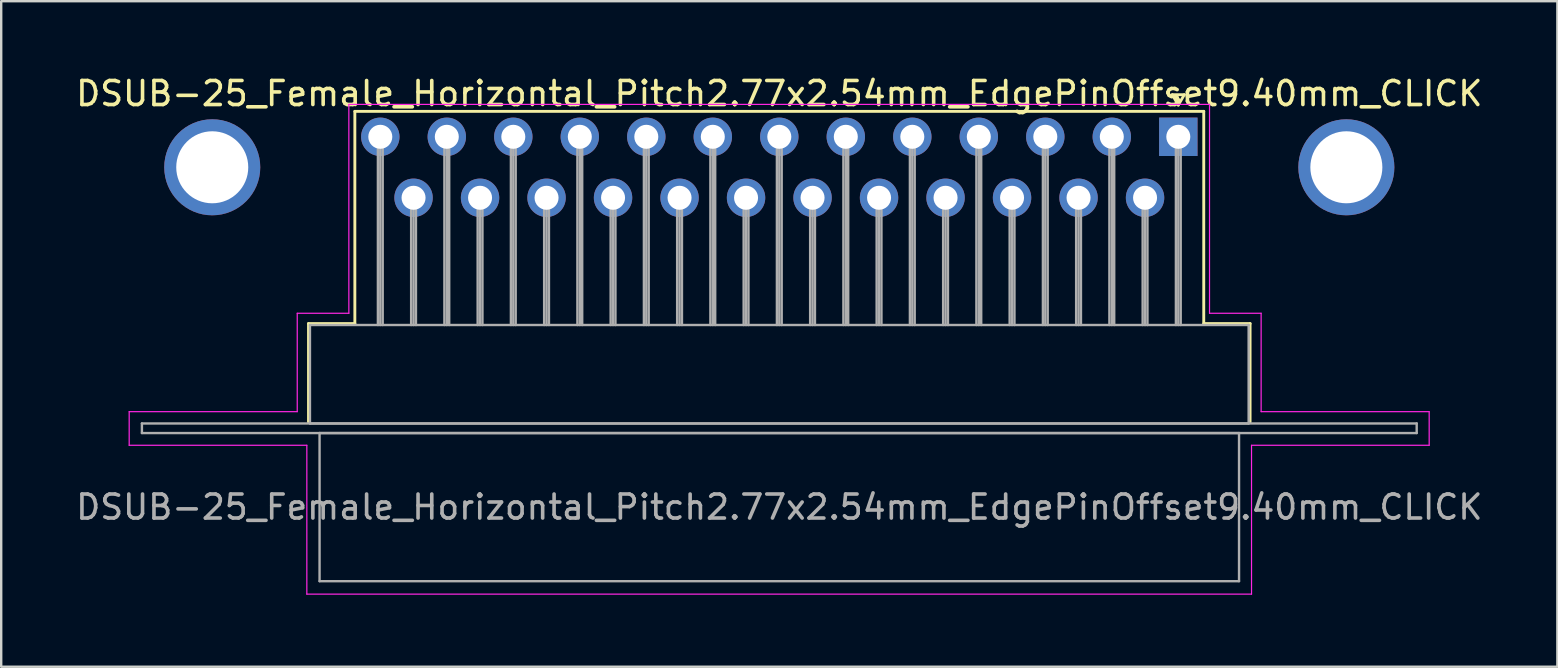
<source format=kicad_pcb>
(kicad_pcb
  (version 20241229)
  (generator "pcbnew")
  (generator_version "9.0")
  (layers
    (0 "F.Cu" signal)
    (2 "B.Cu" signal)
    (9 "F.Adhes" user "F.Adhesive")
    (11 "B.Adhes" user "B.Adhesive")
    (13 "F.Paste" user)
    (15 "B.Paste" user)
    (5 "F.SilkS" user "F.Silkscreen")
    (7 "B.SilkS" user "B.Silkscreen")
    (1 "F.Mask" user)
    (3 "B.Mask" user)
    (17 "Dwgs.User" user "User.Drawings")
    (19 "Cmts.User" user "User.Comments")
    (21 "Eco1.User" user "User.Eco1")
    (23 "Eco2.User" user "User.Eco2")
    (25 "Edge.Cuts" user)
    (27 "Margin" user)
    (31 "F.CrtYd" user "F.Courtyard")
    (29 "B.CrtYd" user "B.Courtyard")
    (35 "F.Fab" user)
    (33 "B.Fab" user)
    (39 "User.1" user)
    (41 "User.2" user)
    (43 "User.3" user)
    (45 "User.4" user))
  (footprint "DSUB-25_Female_Horizontal_Pitch2.77x2.54mm_EdgePinOffset9.40mm_CLICK"
    (layer "F.Cu")
    (at 46.031 2.648)
    (property "Reference" "DSUB-25_Female_Horizontal_Pitch2.77x2.54mm_EdgePinOffset9.40mm_CLICK" (at -16.62 -1.8 0) (layer "F.SilkS") (effects (font (size 1 1) (thickness 0.15))))
    (attr through_hole)
    (fp_line (start -36.23 7.78) (end -34.3 7.78) (stroke (width 0.12) (type solid)) (layer "F.SilkS"))
    (fp_line (start -36.23 11.88) (end -36.23 7.78) (stroke (width 0.12) (type solid)) (layer "F.SilkS"))
    (fp_line (start -34.3 -1.06) (end 1.06 -1.06) (stroke (width 0.12) (type solid)) (layer "F.SilkS"))
    (fp_line (start -34.3 7.78) (end -34.3 -1.06) (stroke (width 0.12) (type solid)) (layer "F.SilkS"))
    (fp_line (start -0.25 -1.754) (end 0.25 -1.754) (stroke (width 0.12) (type solid)) (layer "F.SilkS"))
    (fp_line (start 0 -1.321) (end -0.25 -1.754) (stroke (width 0.12) (type solid)) (layer "F.SilkS"))
    (fp_line (start 0.25 -1.754) (end 0 -1.321) (stroke (width 0.12) (type solid)) (layer "F.SilkS"))
    (fp_line (start 1.06 -1.06) (end 1.06 7.78) (stroke (width 0.12) (type solid)) (layer "F.SilkS"))
    (fp_line (start 1.06 7.78) (end 2.99 7.78) (stroke (width 0.12) (type solid)) (layer "F.SilkS"))
    (fp_line (start 2.99 7.78) (end 2.99 11.88) (stroke (width 0.12) (type solid)) (layer "F.SilkS"))
    (fp_line (start -43.7 11.45) (end -36.7 11.45) (stroke (width 0.05) (type solid)) (layer "F.CrtYd"))
    (fp_line (start -43.7 12.85) (end -43.7 11.45) (stroke (width 0.05) (type solid)) (layer "F.CrtYd"))
    (fp_line (start -36.7 7.35) (end -34.55 7.35) (stroke (width 0.05) (type solid)) (layer "F.CrtYd"))
    (fp_line (start -36.7 11.45) (end -36.7 7.35) (stroke (width 0.05) (type solid)) (layer "F.CrtYd"))
    (fp_line (start -36.3 12.85) (end -43.7 12.85) (stroke (width 0.05) (type solid)) (layer "F.CrtYd"))
    (fp_line (start -36.3 19.05) (end -36.3 12.85) (stroke (width 0.05) (type solid)) (layer "F.CrtYd"))
    (fp_line (start -34.55 -1.35) (end 1.3 -1.35) (stroke (width 0.05) (type solid)) (layer "F.CrtYd"))
    (fp_line (start -34.55 7.35) (end -34.55 -1.35) (stroke (width 0.05) (type solid)) (layer "F.CrtYd"))
    (fp_line (start 1.3 -1.35) (end 1.3 7.35) (stroke (width 0.05) (type solid)) (layer "F.CrtYd"))
    (fp_line (start 1.3 7.35) (end 3.45 7.35) (stroke (width 0.05) (type solid)) (layer "F.CrtYd"))
    (fp_line (start 3.05 12.85) (end 3.05 19.05) (stroke (width 0.05) (type solid)) (layer "F.CrtYd"))
    (fp_line (start 3.05 19.05) (end -36.3 19.05) (stroke (width 0.05) (type solid)) (layer "F.CrtYd"))
    (fp_line (start 3.45 7.35) (end 3.45 11.45) (stroke (width 0.05) (type solid)) (layer "F.CrtYd"))
    (fp_line (start 3.45 11.45) (end 10.45 11.45) (stroke (width 0.05) (type solid)) (layer "F.CrtYd"))
    (fp_line (start 10.45 11.45) (end 10.45 12.85) (stroke (width 0.05) (type solid)) (layer "F.CrtYd"))
    (fp_line (start 10.45 12.85) (end 3.05 12.85) (stroke (width 0.05) (type solid)) (layer "F.CrtYd"))
    (fp_line (start -43.17 11.94) (end -43.17 12.34) (stroke (width 0.1) (type solid)) (layer "F.Fab"))
    (fp_line (start -43.17 12.34) (end 9.93 12.34) (stroke (width 0.1) (type solid)) (layer "F.Fab"))
    (fp_line (start -36.17 7.84) (end -36.17 11.94) (stroke (width 0.1) (type solid)) (layer "F.Fab"))
    (fp_line (start -36.17 11.94) (end 2.93 11.94) (stroke (width 0.1) (type solid)) (layer "F.Fab"))
    (fp_line (start -35.77 12.34) (end -35.77 18.51) (stroke (width 0.1) (type solid)) (layer "F.Fab"))
    (fp_line (start -35.77 18.51) (end 2.53 18.51) (stroke (width 0.1) (type solid)) (layer "F.Fab"))
    (fp_line (start -33.34 0) (end -33.34 7.84) (stroke (width 0.1) (type solid)) (layer "F.Fab"))
    (fp_line (start -33.24 0) (end -33.24 7.84) (stroke (width 0.1) (type solid)) (layer "F.Fab"))
    (fp_line (start -33.14 0) (end -33.14 7.84) (stroke (width 0.1) (type solid)) (layer "F.Fab"))
    (fp_line (start -31.955 2.54) (end -31.955 7.84) (stroke (width 0.1) (type solid)) (layer "F.Fab"))
    (fp_line (start -31.855 2.54) (end -31.855 7.84) (stroke (width 0.1) (type solid)) (layer "F.Fab"))
    (fp_line (start -31.755 2.54) (end -31.755 7.84) (stroke (width 0.1) (type solid)) (layer "F.Fab"))
    (fp_line (start -30.57 0) (end -30.57 7.84) (stroke (width 0.1) (type solid)) (layer "F.Fab"))
    (fp_line (start -30.47 0) (end -30.47 7.84) (stroke (width 0.1) (type solid)) (layer "F.Fab"))
    (fp_line (start -30.37 0) (end -30.37 7.84) (stroke (width 0.1) (type solid)) (layer "F.Fab"))
    (fp_line (start -29.185 2.54) (end -29.185 7.84) (stroke (width 0.1) (type solid)) (layer "F.Fab"))
    (fp_line (start -29.085 2.54) (end -29.085 7.84) (stroke (width 0.1) (type solid)) (layer "F.Fab"))
    (fp_line (start -28.985 2.54) (end -28.985 7.84) (stroke (width 0.1) (type solid)) (layer "F.Fab"))
    (fp_line (start -27.8 0) (end -27.8 7.84) (stroke (width 0.1) (type solid)) (layer "F.Fab"))
    (fp_line (start -27.7 0) (end -27.7 7.84) (stroke (width 0.1) (type solid)) (layer "F.Fab"))
    (fp_line (start -27.6 0) (end -27.6 7.84) (stroke (width 0.1) (type solid)) (layer "F.Fab"))
    (fp_line (start -26.415 2.54) (end -26.415 7.84) (stroke (width 0.1) (type solid)) (layer "F.Fab"))
    (fp_line (start -26.315 2.54) (end -26.315 7.84) (stroke (width 0.1) (type solid)) (layer "F.Fab"))
    (fp_line (start -26.215 2.54) (end -26.215 7.84) (stroke (width 0.1) (type solid)) (layer "F.Fab"))
    (fp_line (start -25.03 0) (end -25.03 7.84) (stroke (width 0.1) (type solid)) (layer "F.Fab"))
    (fp_line (start -24.93 0) (end -24.93 7.84) (stroke (width 0.1) (type solid)) (layer "F.Fab"))
    (fp_line (start -24.83 0) (end -24.83 7.84) (stroke (width 0.1) (type solid)) (layer "F.Fab"))
    (fp_line (start -23.645 2.54) (end -23.645 7.84) (stroke (width 0.1) (type solid)) (layer "F.Fab"))
    (fp_line (start -23.545 2.54) (end -23.545 7.84) (stroke (width 0.1) (type solid)) (layer "F.Fab"))
    (fp_line (start -23.445 2.54) (end -23.445 7.84) (stroke (width 0.1) (type solid)) (layer "F.Fab"))
    (fp_line (start -22.26 0) (end -22.26 7.84) (stroke (width 0.1) (type solid)) (layer "F.Fab"))
    (fp_line (start -22.16 0) (end -22.16 7.84) (stroke (width 0.1) (type solid)) (layer "F.Fab"))
    (fp_line (start -22.06 0) (end -22.06 7.84) (stroke (width 0.1) (type solid)) (layer "F.Fab"))
    (fp_line (start -20.875 2.54) (end -20.875 7.84) (stroke (width 0.1) (type solid)) (layer "F.Fab"))
    (fp_line (start -20.775 2.54) (end -20.775 7.84) (stroke (width 0.1) (type solid)) (layer "F.Fab"))
    (fp_line (start -20.675 2.54) (end -20.675 7.84) (stroke (width 0.1) (type solid)) (layer "F.Fab"))
    (fp_line (start -19.49 0) (end -19.49 7.84) (stroke (width 0.1) (type solid)) (layer "F.Fab"))
    (fp_line (start -19.39 0) (end -19.39 7.84) (stroke (width 0.1) (type solid)) (layer "F.Fab"))
    (fp_line (start -19.29 0) (end -19.29 7.84) (stroke (width 0.1) (type solid)) (layer "F.Fab"))
    (fp_line (start -18.105 2.54) (end -18.105 7.84) (stroke (width 0.1) (type solid)) (layer "F.Fab"))
    (fp_line (start -18.005 2.54) (end -18.005 7.84) (stroke (width 0.1) (type solid)) (layer "F.Fab"))
    (fp_line (start -17.905 2.54) (end -17.905 7.84) (stroke (width 0.1) (type solid)) (layer "F.Fab"))
    (fp_line (start -16.72 0) (end -16.72 7.84) (stroke (width 0.1) (type solid)) (layer "F.Fab"))
    (fp_line (start -16.62 0) (end -16.62 7.84) (stroke (width 0.1) (type solid)) (layer "F.Fab"))
    (fp_line (start -16.52 0) (end -16.52 7.84) (stroke (width 0.1) (type solid)) (layer "F.Fab"))
    (fp_line (start -15.335 2.54) (end -15.335 7.84) (stroke (width 0.1) (type solid)) (layer "F.Fab"))
    (fp_line (start -15.235 2.54) (end -15.235 7.84) (stroke (width 0.1) (type solid)) (layer "F.Fab"))
    (fp_line (start -15.135 2.54) (end -15.135 7.84) (stroke (width 0.1) (type solid)) (layer "F.Fab"))
    (fp_line (start -13.95 0) (end -13.95 7.84) (stroke (width 0.1) (type solid)) (layer "F.Fab"))
    (fp_line (start -13.85 0) (end -13.85 7.84) (stroke (width 0.1) (type solid)) (layer "F.Fab"))
    (fp_line (start -13.75 0) (end -13.75 7.84) (stroke (width 0.1) (type solid)) (layer "F.Fab"))
    (fp_line (start -12.565 2.54) (end -12.565 7.84) (stroke (width 0.1) (type solid)) (layer "F.Fab"))
    (fp_line (start -12.465 2.54) (end -12.465 7.84) (stroke (width 0.1) (type solid)) (layer "F.Fab"))
    (fp_line (start -12.365 2.54) (end -12.365 7.84) (stroke (width 0.1) (type solid)) (layer "F.Fab"))
    (fp_line (start -11.18 0) (end -11.18 7.84) (stroke (width 0.1) (type solid)) (layer "F.Fab"))
    (fp_line (start -11.08 0) (end -11.08 7.84) (stroke (width 0.1) (type solid)) (layer "F.Fab"))
    (fp_line (start -10.98 0) (end -10.98 7.84) (stroke (width 0.1) (type solid)) (layer "F.Fab"))
    (fp_line (start -9.795 2.54) (end -9.795 7.84) (stroke (width 0.1) (type solid)) (layer "F.Fab"))
    (fp_line (start -9.695 2.54) (end -9.695 7.84) (stroke (width 0.1) (type solid)) (layer "F.Fab"))
    (fp_line (start -9.595 2.54) (end -9.595 7.84) (stroke (width 0.1) (type solid)) (layer "F.Fab"))
    (fp_line (start -8.41 0) (end -8.41 7.84) (stroke (width 0.1) (type solid)) (layer "F.Fab"))
    (fp_line (start -8.31 0) (end -8.31 7.84) (stroke (width 0.1) (type solid)) (layer "F.Fab"))
    (fp_line (start -8.21 0) (end -8.21 7.84) (stroke (width 0.1) (type solid)) (layer "F.Fab"))
    (fp_line (start -7.025 2.54) (end -7.025 7.84) (stroke (width 0.1) (type solid)) (layer "F.Fab"))
    (fp_line (start -6.925 2.54) (end -6.925 7.84) (stroke (width 0.1) (type solid)) (layer "F.Fab"))
    (fp_line (start -6.825 2.54) (end -6.825 7.84) (stroke (width 0.1) (type solid)) (layer "F.Fab"))
    (fp_line (start -5.64 0) (end -5.64 7.84) (stroke (width 0.1) (type solid)) (layer "F.Fab"))
    (fp_line (start -5.54 0) (end -5.54 7.84) (stroke (width 0.1) (type solid)) (layer "F.Fab"))
    (fp_line (start -5.44 0) (end -5.44 7.84) (stroke (width 0.1) (type solid)) (layer "F.Fab"))
    (fp_line (start -4.255 2.54) (end -4.255 7.84) (stroke (width 0.1) (type solid)) (layer "F.Fab"))
    (fp_line (start -4.155 2.54) (end -4.155 7.84) (stroke (width 0.1) (type solid)) (layer "F.Fab"))
    (fp_line (start -4.055 2.54) (end -4.055 7.84) (stroke (width 0.1) (type solid)) (layer "F.Fab"))
    (fp_line (start -2.87 0) (end -2.87 7.84) (stroke (width 0.1) (type solid)) (layer "F.Fab"))
    (fp_line (start -2.77 0) (end -2.77 7.84) (stroke (width 0.1) (type solid)) (layer "F.Fab"))
    (fp_line (start -2.67 0) (end -2.67 7.84) (stroke (width 0.1) (type solid)) (layer "F.Fab"))
    (fp_line (start -1.485 2.54) (end -1.485 7.84) (stroke (width 0.1) (type solid)) (layer "F.Fab"))
    (fp_line (start -1.385 2.54) (end -1.385 7.84) (stroke (width 0.1) (type solid)) (layer "F.Fab"))
    (fp_line (start -1.285 2.54) (end -1.285 7.84) (stroke (width 0.1) (type solid)) (layer "F.Fab"))
    (fp_line (start -0.1 0) (end -0.1 7.84) (stroke (width 0.1) (type solid)) (layer "F.Fab"))
    (fp_line (start 0 0) (end 0 7.84) (stroke (width 0.1) (type solid)) (layer "F.Fab"))
    (fp_line (start 0.1 0) (end 0.1 7.84) (stroke (width 0.1) (type solid)) (layer "F.Fab"))
    (fp_line (start 2.53 12.34) (end -35.77 12.34) (stroke (width 0.1) (type solid)) (layer "F.Fab"))
    (fp_line (start 2.53 18.51) (end 2.53 12.34) (stroke (width 0.1) (type solid)) (layer "F.Fab"))
    (fp_line (start 2.93 7.84) (end -36.17 7.84) (stroke (width 0.1) (type solid)) (layer "F.Fab"))
    (fp_line (start 2.93 11.94) (end 2.93 7.84) (stroke (width 0.1) (type solid)) (layer "F.Fab"))
    (fp_line (start 9.93 11.94) (end -43.17 11.94) (stroke (width 0.1) (type solid)) (layer "F.Fab"))
    (fp_line (start 9.93 12.34) (end 9.93 11.94) (stroke (width 0.1) (type solid)) (layer "F.Fab"))
    (fp_text user "${REFERENCE}" (at -16.62 15.425 0) (layer "F.Fab") (effects (font (size 1 1) (thickness 0.15))))
    (pad "1" thru_hole rect (at 0 0) (size 1.6 1.6) (drill 1) (layers "*.Cu" "*.Mask"))
    (pad "2" thru_hole circle (at -2.77 0) (size 1.6 1.6) (drill 1) (layers "*.Cu" "*.Mask"))
    (pad "3" thru_hole circle (at -5.54 0) (size 1.6 1.6) (drill 1) (layers "*.Cu" "*.Mask"))
    (pad "4" thru_hole circle (at -8.31 0) (size 1.6 1.6) (drill 1) (layers "*.Cu" "*.Mask"))
    (pad "5" thru_hole circle (at -11.08 0) (size 1.6 1.6) (drill 1) (layers "*.Cu" "*.Mask"))
    (pad "6" thru_hole circle (at -13.85 0) (size 1.6 1.6) (drill 1) (layers "*.Cu" "*.Mask"))
    (pad "7" thru_hole circle (at -16.62 0) (size 1.6 1.6) (drill 1) (layers "*.Cu" "*.Mask"))
    (pad "8" thru_hole circle (at -19.39 0) (size 1.6 1.6) (drill 1) (layers "*.Cu" "*.Mask"))
    (pad "9" thru_hole circle (at -22.16 0) (size 1.6 1.6) (drill 1) (layers "*.Cu" "*.Mask"))
    (pad "10" thru_hole circle (at -24.93 0) (size 1.6 1.6) (drill 1) (layers "*.Cu" "*.Mask"))
    (pad "11" thru_hole circle (at -27.7 0) (size 1.6 1.6) (drill 1) (layers "*.Cu" "*.Mask"))
    (pad "12" thru_hole circle (at -30.47 0) (size 1.6 1.6) (drill 1) (layers "*.Cu" "*.Mask"))
    (pad "13" thru_hole circle (at -33.24 0) (size 1.6 1.6) (drill 1) (layers "*.Cu" "*.Mask"))
    (pad "14" thru_hole circle (at -1.385 2.54) (size 1.6 1.6) (drill 1) (layers "*.Cu" "*.Mask"))
    (pad "15" thru_hole circle (at -4.155 2.54) (size 1.6 1.6) (drill 1) (layers "*.Cu" "*.Mask"))
    (pad "16" thru_hole circle (at -6.925 2.54) (size 1.6 1.6) (drill 1) (layers "*.Cu" "*.Mask"))
    (pad "17" thru_hole circle (at -9.695 2.54) (size 1.6 1.6) (drill 1) (layers "*.Cu" "*.Mask"))
    (pad "18" thru_hole circle (at -12.465 2.54) (size 1.6 1.6) (drill 1) (layers "*.Cu" "*.Mask"))
    (pad "19" thru_hole circle (at -15.235 2.54) (size 1.6 1.6) (drill 1) (layers "*.Cu" "*.Mask"))
    (pad "20" thru_hole circle (at -18.005 2.54) (size 1.6 1.6) (drill 1) (layers "*.Cu" "*.Mask"))
    (pad "21" thru_hole circle (at -20.775 2.54) (size 1.6 1.6) (drill 1) (layers "*.Cu" "*.Mask"))
    (pad "22" thru_hole circle (at -23.545 2.54) (size 1.6 1.6) (drill 1) (layers "*.Cu" "*.Mask"))
    (pad "23" thru_hole circle (at -26.315 2.54) (size 1.6 1.6) (drill 1) (layers "*.Cu" "*.Mask"))
    (pad "24" thru_hole circle (at -29.085 2.54) (size 1.6 1.6) (drill 1) (layers "*.Cu" "*.Mask"))
    (pad "25" thru_hole circle (at -31.855 2.54) (size 1.6 1.6) (drill 1) (layers "*.Cu" "*.Mask"))
    (pad "B1" thru_hole circle (at -40.24 1.27) (size 4 4) (drill 3) (layers "*.Cu" "*.Mask"))
    (pad "B2" thru_hole circle (at 7 1.27) (size 4 4) (drill 3) (layers "*.Cu" "*.Mask")))
  (gr_rect
    (start -3 -3)
    (end 61.821 24.723)
    (stroke (width 0.1) (type default))
    (fill no)
    (layer "Edge.Cuts")))
</source>
